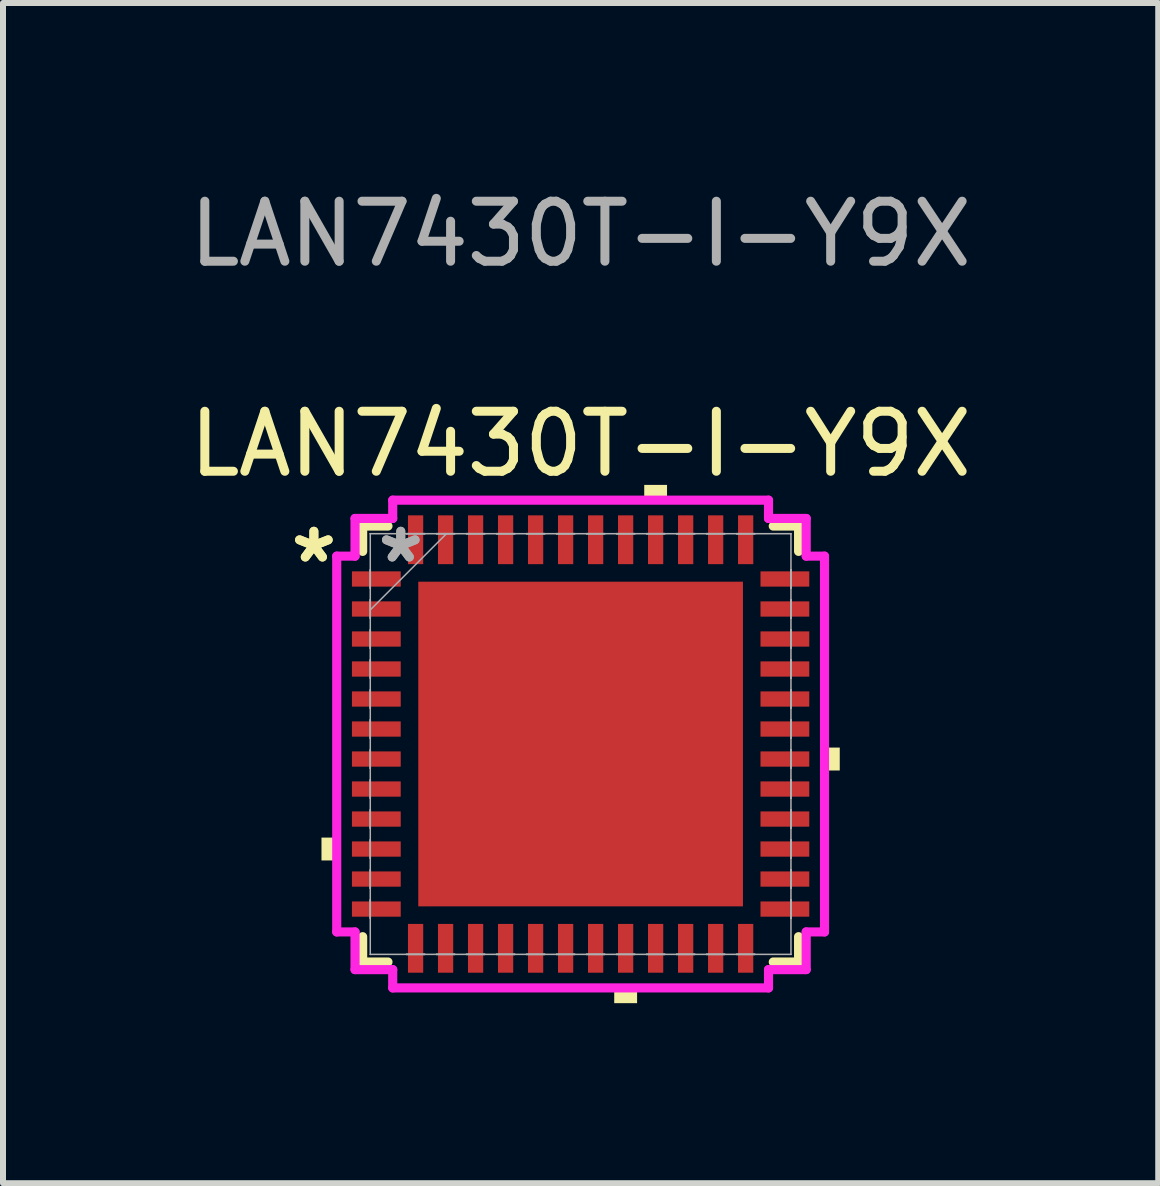
<source format=kicad_pcb>
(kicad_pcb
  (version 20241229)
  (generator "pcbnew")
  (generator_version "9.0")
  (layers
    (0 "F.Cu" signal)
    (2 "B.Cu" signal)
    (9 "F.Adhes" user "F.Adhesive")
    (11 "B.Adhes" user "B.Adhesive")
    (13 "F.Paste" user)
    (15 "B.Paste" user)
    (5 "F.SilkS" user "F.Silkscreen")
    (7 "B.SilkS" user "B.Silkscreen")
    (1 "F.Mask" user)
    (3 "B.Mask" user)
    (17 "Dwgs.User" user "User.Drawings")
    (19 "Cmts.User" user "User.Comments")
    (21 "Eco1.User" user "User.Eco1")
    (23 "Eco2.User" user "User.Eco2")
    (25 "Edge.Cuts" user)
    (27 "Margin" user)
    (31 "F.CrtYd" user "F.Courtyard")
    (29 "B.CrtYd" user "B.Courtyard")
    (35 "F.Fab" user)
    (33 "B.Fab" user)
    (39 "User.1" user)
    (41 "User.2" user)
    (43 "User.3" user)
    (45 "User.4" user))
  (footprint "LAN7430T-I-Y9X"
    (layer "F.Cu")
    (at 6.625 9.348)
    (property "Reference" "LAN7430T-I-Y9X" (at 0 -5 0) (unlocked yes) (layer "F.SilkS") (effects (font (size 1 1) (thickness 0.15))))
    (attr smd)
    (fp_line (start -3.632 -3.632) (end -3.632 -3.21) (stroke (width 0.152) (type solid)) (layer "F.SilkS"))
    (fp_line (start -3.632 3.21) (end -3.632 3.632) (stroke (width 0.152) (type solid)) (layer "F.SilkS"))
    (fp_line (start -3.632 3.632) (end -3.21 3.632) (stroke (width 0.152) (type solid)) (layer "F.SilkS"))
    (fp_line (start -3.21 -3.632) (end -3.632 -3.632) (stroke (width 0.152) (type solid)) (layer "F.SilkS"))
    (fp_line (start 3.21 3.632) (end 3.632 3.632) (stroke (width 0.152) (type solid)) (layer "F.SilkS"))
    (fp_line (start 3.632 -3.632) (end 3.21 -3.632) (stroke (width 0.152) (type solid)) (layer "F.SilkS"))
    (fp_line (start 3.632 -3.21) (end 3.632 -3.632) (stroke (width 0.152) (type solid)) (layer "F.SilkS"))
    (fp_line (start 3.632 3.632) (end 3.632 3.21) (stroke (width 0.152) (type solid)) (layer "F.SilkS"))
    (fp_poly (pts (xy -4.318 1.559) (xy -4.318 1.94) (xy -4.064 1.94) (xy -4.064 1.559)) (stroke (width 0) (type solid)) (fill yes) (layer "F.SilkS"))
    (fp_poly (pts (xy 0.56 4.064) (xy 0.56 4.318) (xy 0.941 4.318) (xy 0.941 4.064)) (stroke (width 0) (type solid)) (fill yes) (layer "F.SilkS"))
    (fp_poly (pts (xy 1.06 -4.064) (xy 1.06 -4.318) (xy 1.44 -4.318) (xy 1.44 -4.064)) (stroke (width 0) (type solid)) (fill yes) (layer "F.SilkS"))
    (fp_poly (pts (xy 4.318 0.059) (xy 4.318 0.441) (xy 4.064 0.441) (xy 4.064 0.059)) (stroke (width 0) (type solid)) (fill yes) (layer "F.SilkS"))
    (fp_poly (pts (xy -2.605 -2.605) (xy -2.605 -1.453) (xy -1.453 -1.453) (xy -1.453 -2.605)) (stroke (width 0) (type solid)) (fill yes) (layer "F.Paste"))
    (fp_poly (pts (xy -2.605 -1.253) (xy -2.605 -0.1) (xy -1.453 -0.1) (xy -1.453 -1.253)) (stroke (width 0) (type solid)) (fill yes) (layer "F.Paste"))
    (fp_poly (pts (xy -2.605 0.1) (xy -2.605 1.253) (xy -1.453 1.253) (xy -1.453 0.1)) (stroke (width 0) (type solid)) (fill yes) (layer "F.Paste"))
    (fp_poly (pts (xy -2.605 1.453) (xy -2.605 2.605) (xy -1.453 2.605) (xy -1.453 1.453)) (stroke (width 0) (type solid)) (fill yes) (layer "F.Paste"))
    (fp_poly (pts (xy -1.253 -2.605) (xy -1.253 -1.453) (xy -0.1 -1.453) (xy -0.1 -2.605)) (stroke (width 0) (type solid)) (fill yes) (layer "F.Paste"))
    (fp_poly (pts (xy -1.253 -1.253) (xy -1.253 -0.1) (xy -0.1 -0.1) (xy -0.1 -1.253)) (stroke (width 0) (type solid)) (fill yes) (layer "F.Paste"))
    (fp_poly (pts (xy -1.253 0.1) (xy -1.253 1.253) (xy -0.1 1.253) (xy -0.1 0.1)) (stroke (width 0) (type solid)) (fill yes) (layer "F.Paste"))
    (fp_poly (pts (xy -1.253 1.453) (xy -1.253 2.605) (xy -0.1 2.605) (xy -0.1 1.453)) (stroke (width 0) (type solid)) (fill yes) (layer "F.Paste"))
    (fp_poly (pts (xy 0.1 -2.605) (xy 0.1 -1.453) (xy 1.253 -1.453) (xy 1.253 -2.605)) (stroke (width 0) (type solid)) (fill yes) (layer "F.Paste"))
    (fp_poly (pts (xy 0.1 -1.253) (xy 0.1 -0.1) (xy 1.253 -0.1) (xy 1.253 -1.253)) (stroke (width 0) (type solid)) (fill yes) (layer "F.Paste"))
    (fp_poly (pts (xy 0.1 0.1) (xy 0.1 1.253) (xy 1.253 1.253) (xy 1.253 0.1)) (stroke (width 0) (type solid)) (fill yes) (layer "F.Paste"))
    (fp_poly (pts (xy 0.1 1.453) (xy 0.1 2.605) (xy 1.253 2.605) (xy 1.253 1.453)) (stroke (width 0) (type solid)) (fill yes) (layer "F.Paste"))
    (fp_poly (pts (xy 1.453 -2.605) (xy 1.453 -1.453) (xy 2.605 -1.453) (xy 2.605 -2.605)) (stroke (width 0) (type solid)) (fill yes) (layer "F.Paste"))
    (fp_poly (pts (xy 1.453 -1.253) (xy 1.453 -0.1) (xy 2.605 -0.1) (xy 2.605 -1.253)) (stroke (width 0) (type solid)) (fill yes) (layer "F.Paste"))
    (fp_poly (pts (xy 1.453 0.1) (xy 1.453 1.253) (xy 2.605 1.253) (xy 2.605 0.1)) (stroke (width 0) (type solid)) (fill yes) (layer "F.Paste"))
    (fp_poly (pts (xy 1.453 1.453) (xy 1.453 2.605) (xy 2.605 2.605) (xy 2.605 1.453)) (stroke (width 0) (type solid)) (fill yes) (layer "F.Paste"))
    (fp_line (start -4.064 -3.131) (end -3.759 -3.131) (stroke (width 0.152) (type solid)) (layer "F.CrtYd"))
    (fp_line (start -4.064 3.131) (end -4.064 -3.131) (stroke (width 0.152) (type solid)) (layer "F.CrtYd"))
    (fp_line (start -3.759 -3.759) (end -3.131 -3.759) (stroke (width 0.152) (type solid)) (layer "F.CrtYd"))
    (fp_line (start -3.759 -3.131) (end -3.759 -3.759) (stroke (width 0.152) (type solid)) (layer "F.CrtYd"))
    (fp_line (start -3.759 3.131) (end -4.064 3.131) (stroke (width 0.152) (type solid)) (layer "F.CrtYd"))
    (fp_line (start -3.759 3.759) (end -3.759 3.131) (stroke (width 0.152) (type solid)) (layer "F.CrtYd"))
    (fp_line (start -3.131 -4.064) (end 3.131 -4.064) (stroke (width 0.152) (type solid)) (layer "F.CrtYd"))
    (fp_line (start -3.131 -3.759) (end -3.131 -4.064) (stroke (width 0.152) (type solid)) (layer "F.CrtYd"))
    (fp_line (start -3.131 3.759) (end -3.759 3.759) (stroke (width 0.152) (type solid)) (layer "F.CrtYd"))
    (fp_line (start -3.131 4.064) (end -3.131 3.759) (stroke (width 0.152) (type solid)) (layer "F.CrtYd"))
    (fp_line (start 3.131 -4.064) (end 3.131 -3.759) (stroke (width 0.152) (type solid)) (layer "F.CrtYd"))
    (fp_line (start 3.131 -3.759) (end 3.759 -3.759) (stroke (width 0.152) (type solid)) (layer "F.CrtYd"))
    (fp_line (start 3.131 3.759) (end 3.131 4.064) (stroke (width 0.152) (type solid)) (layer "F.CrtYd"))
    (fp_line (start 3.131 4.064) (end -3.131 4.064) (stroke (width 0.152) (type solid)) (layer "F.CrtYd"))
    (fp_line (start 3.759 -3.759) (end 3.759 -3.131) (stroke (width 0.152) (type solid)) (layer "F.CrtYd"))
    (fp_line (start 3.759 -3.131) (end 4.064 -3.131) (stroke (width 0.152) (type solid)) (layer "F.CrtYd"))
    (fp_line (start 3.759 3.131) (end 3.759 3.759) (stroke (width 0.152) (type solid)) (layer "F.CrtYd"))
    (fp_line (start 3.759 3.759) (end 3.131 3.759) (stroke (width 0.152) (type solid)) (layer "F.CrtYd"))
    (fp_line (start 4.064 -3.131) (end 4.064 3.131) (stroke (width 0.152) (type solid)) (layer "F.CrtYd"))
    (fp_line (start 4.064 3.131) (end 3.759 3.131) (stroke (width 0.152) (type solid)) (layer "F.CrtYd"))
    (fp_line (start -3.505 -3.505) (end -3.505 -3.505) (stroke (width 0.025) (type solid)) (layer "F.Fab"))
    (fp_line (start -3.505 -3.505) (end -3.505 3.505) (stroke (width 0.025) (type solid)) (layer "F.Fab"))
    (fp_line (start -3.505 -2.902) (end -3.505 -2.902) (stroke (width 0.025) (type solid)) (layer "F.Fab"))
    (fp_line (start -3.505 -2.902) (end -3.505 -2.598) (stroke (width 0.025) (type solid)) (layer "F.Fab"))
    (fp_line (start -3.505 -2.598) (end -3.505 -2.902) (stroke (width 0.025) (type solid)) (layer "F.Fab"))
    (fp_line (start -3.505 -2.598) (end -3.505 -2.598) (stroke (width 0.025) (type solid)) (layer "F.Fab"))
    (fp_line (start -3.505 -2.402) (end -3.505 -2.402) (stroke (width 0.025) (type solid)) (layer "F.Fab"))
    (fp_line (start -3.505 -2.402) (end -3.505 -2.098) (stroke (width 0.025) (type solid)) (layer "F.Fab"))
    (fp_line (start -3.505 -2.235) (end -2.235 -3.505) (stroke (width 0.025) (type solid)) (layer "F.Fab"))
    (fp_line (start -3.505 -2.098) (end -3.505 -2.402) (stroke (width 0.025) (type solid)) (layer "F.Fab"))
    (fp_line (start -3.505 -2.098) (end -3.505 -2.098) (stroke (width 0.025) (type solid)) (layer "F.Fab"))
    (fp_line (start -3.505 -1.902) (end -3.505 -1.902) (stroke (width 0.025) (type solid)) (layer "F.Fab"))
    (fp_line (start -3.505 -1.902) (end -3.505 -1.598) (stroke (width 0.025) (type solid)) (layer "F.Fab"))
    (fp_line (start -3.505 -1.598) (end -3.505 -1.902) (stroke (width 0.025) (type solid)) (layer "F.Fab"))
    (fp_line (start -3.505 -1.598) (end -3.505 -1.598) (stroke (width 0.025) (type solid)) (layer "F.Fab"))
    (fp_line (start -3.505 -1.402) (end -3.505 -1.402) (stroke (width 0.025) (type solid)) (layer "F.Fab"))
    (fp_line (start -3.505 -1.402) (end -3.505 -1.098) (stroke (width 0.025) (type solid)) (layer "F.Fab"))
    (fp_line (start -3.505 -1.098) (end -3.505 -1.402) (stroke (width 0.025) (type solid)) (layer "F.Fab"))
    (fp_line (start -3.505 -1.098) (end -3.505 -1.098) (stroke (width 0.025) (type solid)) (layer "F.Fab"))
    (fp_line (start -3.505 -0.902) (end -3.505 -0.902) (stroke (width 0.025) (type solid)) (layer "F.Fab"))
    (fp_line (start -3.505 -0.902) (end -3.505 -0.598) (stroke (width 0.025) (type solid)) (layer "F.Fab"))
    (fp_line (start -3.505 -0.598) (end -3.505 -0.902) (stroke (width 0.025) (type solid)) (layer "F.Fab"))
    (fp_line (start -3.505 -0.598) (end -3.505 -0.598) (stroke (width 0.025) (type solid)) (layer "F.Fab"))
    (fp_line (start -3.505 -0.402) (end -3.505 -0.402) (stroke (width 0.025) (type solid)) (layer "F.Fab"))
    (fp_line (start -3.505 -0.402) (end -3.505 -0.098) (stroke (width 0.025) (type solid)) (layer "F.Fab"))
    (fp_line (start -3.505 -0.098) (end -3.505 -0.402) (stroke (width 0.025) (type solid)) (layer "F.Fab"))
    (fp_line (start -3.505 -0.098) (end -3.505 -0.098) (stroke (width 0.025) (type solid)) (layer "F.Fab"))
    (fp_line (start -3.505 0.098) (end -3.505 0.098) (stroke (width 0.025) (type solid)) (layer "F.Fab"))
    (fp_line (start -3.505 0.098) (end -3.505 0.402) (stroke (width 0.025) (type solid)) (layer "F.Fab"))
    (fp_line (start -3.505 0.402) (end -3.505 0.098) (stroke (width 0.025) (type solid)) (layer "F.Fab"))
    (fp_line (start -3.505 0.402) (end -3.505 0.402) (stroke (width 0.025) (type solid)) (layer "F.Fab"))
    (fp_line (start -3.505 0.598) (end -3.505 0.598) (stroke (width 0.025) (type solid)) (layer "F.Fab"))
    (fp_line (start -3.505 0.598) (end -3.505 0.902) (stroke (width 0.025) (type solid)) (layer "F.Fab"))
    (fp_line (start -3.505 0.902) (end -3.505 0.598) (stroke (width 0.025) (type solid)) (layer "F.Fab"))
    (fp_line (start -3.505 0.902) (end -3.505 0.902) (stroke (width 0.025) (type solid)) (layer "F.Fab"))
    (fp_line (start -3.505 1.098) (end -3.505 1.098) (stroke (width 0.025) (type solid)) (layer "F.Fab"))
    (fp_line (start -3.505 1.098) (end -3.505 1.402) (stroke (width 0.025) (type solid)) (layer "F.Fab"))
    (fp_line (start -3.505 1.402) (end -3.505 1.098) (stroke (width 0.025) (type solid)) (layer "F.Fab"))
    (fp_line (start -3.505 1.402) (end -3.505 1.402) (stroke (width 0.025) (type solid)) (layer "F.Fab"))
    (fp_line (start -3.505 1.598) (end -3.505 1.598) (stroke (width 0.025) (type solid)) (layer "F.Fab"))
    (fp_line (start -3.505 1.598) (end -3.505 1.902) (stroke (width 0.025) (type solid)) (layer "F.Fab"))
    (fp_line (start -3.505 1.902) (end -3.505 1.598) (stroke (width 0.025) (type solid)) (layer "F.Fab"))
    (fp_line (start -3.505 1.902) (end -3.505 1.902) (stroke (width 0.025) (type solid)) (layer "F.Fab"))
    (fp_line (start -3.505 2.098) (end -3.505 2.098) (stroke (width 0.025) (type solid)) (layer "F.Fab"))
    (fp_line (start -3.505 2.098) (end -3.505 2.402) (stroke (width 0.025) (type solid)) (layer "F.Fab"))
    (fp_line (start -3.505 2.402) (end -3.505 2.098) (stroke (width 0.025) (type solid)) (layer "F.Fab"))
    (fp_line (start -3.505 2.402) (end -3.505 2.402) (stroke (width 0.025) (type solid)) (layer "F.Fab"))
    (fp_line (start -3.505 2.598) (end -3.505 2.598) (stroke (width 0.025) (type solid)) (layer "F.Fab"))
    (fp_line (start -3.505 2.598) (end -3.505 2.902) (stroke (width 0.025) (type solid)) (layer "F.Fab"))
    (fp_line (start -3.505 2.902) (end -3.505 2.598) (stroke (width 0.025) (type solid)) (layer "F.Fab"))
    (fp_line (start -3.505 2.902) (end -3.505 2.902) (stroke (width 0.025) (type solid)) (layer "F.Fab"))
    (fp_line (start -3.505 3.505) (end -3.505 3.505) (stroke (width 0.025) (type solid)) (layer "F.Fab"))
    (fp_line (start -3.505 3.505) (end 3.505 3.505) (stroke (width 0.025) (type solid)) (layer "F.Fab"))
    (fp_line (start -2.902 -3.505) (end -2.902 -3.505) (stroke (width 0.025) (type solid)) (layer "F.Fab"))
    (fp_line (start -2.902 -3.505) (end -2.598 -3.505) (stroke (width 0.025) (type solid)) (layer "F.Fab"))
    (fp_line (start -2.902 3.505) (end -2.902 3.505) (stroke (width 0.025) (type solid)) (layer "F.Fab"))
    (fp_line (start -2.902 3.505) (end -2.598 3.505) (stroke (width 0.025) (type solid)) (layer "F.Fab"))
    (fp_line (start -2.598 -3.505) (end -2.902 -3.505) (stroke (width 0.025) (type solid)) (layer "F.Fab"))
    (fp_line (start -2.598 -3.505) (end -2.598 -3.505) (stroke (width 0.025) (type solid)) (layer "F.Fab"))
    (fp_line (start -2.598 3.505) (end -2.902 3.505) (stroke (width 0.025) (type solid)) (layer "F.Fab"))
    (fp_line (start -2.598 3.505) (end -2.598 3.505) (stroke (width 0.025) (type solid)) (layer "F.Fab"))
    (fp_line (start -2.402 -3.505) (end -2.402 -3.505) (stroke (width 0.025) (type solid)) (layer "F.Fab"))
    (fp_line (start -2.402 -3.505) (end -2.098 -3.505) (stroke (width 0.025) (type solid)) (layer "F.Fab"))
    (fp_line (start -2.402 3.505) (end -2.402 3.505) (stroke (width 0.025) (type solid)) (layer "F.Fab"))
    (fp_line (start -2.402 3.505) (end -2.098 3.505) (stroke (width 0.025) (type solid)) (layer "F.Fab"))
    (fp_line (start -2.098 -3.505) (end -2.402 -3.505) (stroke (width 0.025) (type solid)) (layer "F.Fab"))
    (fp_line (start -2.098 -3.505) (end -2.098 -3.505) (stroke (width 0.025) (type solid)) (layer "F.Fab"))
    (fp_line (start -2.098 3.505) (end -2.402 3.505) (stroke (width 0.025) (type solid)) (layer "F.Fab"))
    (fp_line (start -2.098 3.505) (end -2.098 3.505) (stroke (width 0.025) (type solid)) (layer "F.Fab"))
    (fp_line (start -1.902 -3.505) (end -1.902 -3.505) (stroke (width 0.025) (type solid)) (layer "F.Fab"))
    (fp_line (start -1.902 -3.505) (end -1.598 -3.505) (stroke (width 0.025) (type solid)) (layer "F.Fab"))
    (fp_line (start -1.902 3.505) (end -1.902 3.505) (stroke (width 0.025) (type solid)) (layer "F.Fab"))
    (fp_line (start -1.902 3.505) (end -1.598 3.505) (stroke (width 0.025) (type solid)) (layer "F.Fab"))
    (fp_line (start -1.598 -3.505) (end -1.902 -3.505) (stroke (width 0.025) (type solid)) (layer "F.Fab"))
    (fp_line (start -1.598 -3.505) (end -1.598 -3.505) (stroke (width 0.025) (type solid)) (layer "F.Fab"))
    (fp_line (start -1.598 3.505) (end -1.902 3.505) (stroke (width 0.025) (type solid)) (layer "F.Fab"))
    (fp_line (start -1.598 3.505) (end -1.598 3.505) (stroke (width 0.025) (type solid)) (layer "F.Fab"))
    (fp_line (start -1.402 -3.505) (end -1.402 -3.505) (stroke (width 0.025) (type solid)) (layer "F.Fab"))
    (fp_line (start -1.402 -3.505) (end -1.098 -3.505) (stroke (width 0.025) (type solid)) (layer "F.Fab"))
    (fp_line (start -1.402 3.505) (end -1.402 3.505) (stroke (width 0.025) (type solid)) (layer "F.Fab"))
    (fp_line (start -1.402 3.505) (end -1.098 3.505) (stroke (width 0.025) (type solid)) (layer "F.Fab"))
    (fp_line (start -1.098 -3.505) (end -1.402 -3.505) (stroke (width 0.025) (type solid)) (layer "F.Fab"))
    (fp_line (start -1.098 -3.505) (end -1.098 -3.505) (stroke (width 0.025) (type solid)) (layer "F.Fab"))
    (fp_line (start -1.098 3.505) (end -1.402 3.505) (stroke (width 0.025) (type solid)) (layer "F.Fab"))
    (fp_line (start -1.098 3.505) (end -1.098 3.505) (stroke (width 0.025) (type solid)) (layer "F.Fab"))
    (fp_line (start -0.902 -3.505) (end -0.902 -3.505) (stroke (width 0.025) (type solid)) (layer "F.Fab"))
    (fp_line (start -0.902 -3.505) (end -0.598 -3.505) (stroke (width 0.025) (type solid)) (layer "F.Fab"))
    (fp_line (start -0.902 3.505) (end -0.902 3.505) (stroke (width 0.025) (type solid)) (layer "F.Fab"))
    (fp_line (start -0.902 3.505) (end -0.598 3.505) (stroke (width 0.025) (type solid)) (layer "F.Fab"))
    (fp_line (start -0.598 -3.505) (end -0.902 -3.505) (stroke (width 0.025) (type solid)) (layer "F.Fab"))
    (fp_line (start -0.598 -3.505) (end -0.598 -3.505) (stroke (width 0.025) (type solid)) (layer "F.Fab"))
    (fp_line (start -0.598 3.505) (end -0.902 3.505) (stroke (width 0.025) (type solid)) (layer "F.Fab"))
    (fp_line (start -0.598 3.505) (end -0.598 3.505) (stroke (width 0.025) (type solid)) (layer "F.Fab"))
    (fp_line (start -0.402 -3.505) (end -0.402 -3.505) (stroke (width 0.025) (type solid)) (layer "F.Fab"))
    (fp_line (start -0.402 -3.505) (end -0.098 -3.505) (stroke (width 0.025) (type solid)) (layer "F.Fab"))
    (fp_line (start -0.402 3.505) (end -0.402 3.505) (stroke (width 0.025) (type solid)) (layer "F.Fab"))
    (fp_line (start -0.402 3.505) (end -0.098 3.505) (stroke (width 0.025) (type solid)) (layer "F.Fab"))
    (fp_line (start -0.098 -3.505) (end -0.402 -3.505) (stroke (width 0.025) (type solid)) (layer "F.Fab"))
    (fp_line (start -0.098 -3.505) (end -0.098 -3.505) (stroke (width 0.025) (type solid)) (layer "F.Fab"))
    (fp_line (start -0.098 3.505) (end -0.402 3.505) (stroke (width 0.025) (type solid)) (layer "F.Fab"))
    (fp_line (start -0.098 3.505) (end -0.098 3.505) (stroke (width 0.025) (type solid)) (layer "F.Fab"))
    (fp_line (start 0.098 -3.505) (end 0.098 -3.505) (stroke (width 0.025) (type solid)) (layer "F.Fab"))
    (fp_line (start 0.098 -3.505) (end 0.402 -3.505) (stroke (width 0.025) (type solid)) (layer "F.Fab"))
    (fp_line (start 0.098 3.505) (end 0.098 3.505) (stroke (width 0.025) (type solid)) (layer "F.Fab"))
    (fp_line (start 0.098 3.505) (end 0.402 3.505) (stroke (width 0.025) (type solid)) (layer "F.Fab"))
    (fp_line (start 0.402 -3.505) (end 0.098 -3.505) (stroke (width 0.025) (type solid)) (layer "F.Fab"))
    (fp_line (start 0.402 -3.505) (end 0.402 -3.505) (stroke (width 0.025) (type solid)) (layer "F.Fab"))
    (fp_line (start 0.402 3.505) (end 0.098 3.505) (stroke (width 0.025) (type solid)) (layer "F.Fab"))
    (fp_line (start 0.402 3.505) (end 0.402 3.505) (stroke (width 0.025) (type solid)) (layer "F.Fab"))
    (fp_line (start 0.598 -3.505) (end 0.598 -3.505) (stroke (width 0.025) (type solid)) (layer "F.Fab"))
    (fp_line (start 0.598 -3.505) (end 0.902 -3.505) (stroke (width 0.025) (type solid)) (layer "F.Fab"))
    (fp_line (start 0.598 3.505) (end 0.598 3.505) (stroke (width 0.025) (type solid)) (layer "F.Fab"))
    (fp_line (start 0.598 3.505) (end 0.902 3.505) (stroke (width 0.025) (type solid)) (layer "F.Fab"))
    (fp_line (start 0.902 -3.505) (end 0.598 -3.505) (stroke (width 0.025) (type solid)) (layer "F.Fab"))
    (fp_line (start 0.902 -3.505) (end 0.902 -3.505) (stroke (width 0.025) (type solid)) (layer "F.Fab"))
    (fp_line (start 0.902 3.505) (end 0.598 3.505) (stroke (width 0.025) (type solid)) (layer "F.Fab"))
    (fp_line (start 0.902 3.505) (end 0.902 3.505) (stroke (width 0.025) (type solid)) (layer "F.Fab"))
    (fp_line (start 1.098 -3.505) (end 1.098 -3.505) (stroke (width 0.025) (type solid)) (layer "F.Fab"))
    (fp_line (start 1.098 -3.505) (end 1.402 -3.505) (stroke (width 0.025) (type solid)) (layer "F.Fab"))
    (fp_line (start 1.098 3.505) (end 1.098 3.505) (stroke (width 0.025) (type solid)) (layer "F.Fab"))
    (fp_line (start 1.098 3.505) (end 1.402 3.505) (stroke (width 0.025) (type solid)) (layer "F.Fab"))
    (fp_line (start 1.402 -3.505) (end 1.098 -3.505) (stroke (width 0.025) (type solid)) (layer "F.Fab"))
    (fp_line (start 1.402 -3.505) (end 1.402 -3.505) (stroke (width 0.025) (type solid)) (layer "F.Fab"))
    (fp_line (start 1.402 3.505) (end 1.098 3.505) (stroke (width 0.025) (type solid)) (layer "F.Fab"))
    (fp_line (start 1.402 3.505) (end 1.402 3.505) (stroke (width 0.025) (type solid)) (layer "F.Fab"))
    (fp_line (start 1.598 -3.505) (end 1.598 -3.505) (stroke (width 0.025) (type solid)) (layer "F.Fab"))
    (fp_line (start 1.598 -3.505) (end 1.902 -3.505) (stroke (width 0.025) (type solid)) (layer "F.Fab"))
    (fp_line (start 1.598 3.505) (end 1.598 3.505) (stroke (width 0.025) (type solid)) (layer "F.Fab"))
    (fp_line (start 1.598 3.505) (end 1.902 3.505) (stroke (width 0.025) (type solid)) (layer "F.Fab"))
    (fp_line (start 1.902 -3.505) (end 1.598 -3.505) (stroke (width 0.025) (type solid)) (layer "F.Fab"))
    (fp_line (start 1.902 -3.505) (end 1.902 -3.505) (stroke (width 0.025) (type solid)) (layer "F.Fab"))
    (fp_line (start 1.902 3.505) (end 1.598 3.505) (stroke (width 0.025) (type solid)) (layer "F.Fab"))
    (fp_line (start 1.902 3.505) (end 1.902 3.505) (stroke (width 0.025) (type solid)) (layer "F.Fab"))
    (fp_line (start 2.098 -3.505) (end 2.098 -3.505) (stroke (width 0.025) (type solid)) (layer "F.Fab"))
    (fp_line (start 2.098 -3.505) (end 2.402 -3.505) (stroke (width 0.025) (type solid)) (layer "F.Fab"))
    (fp_line (start 2.098 3.505) (end 2.098 3.505) (stroke (width 0.025) (type solid)) (layer "F.Fab"))
    (fp_line (start 2.098 3.505) (end 2.402 3.505) (stroke (width 0.025) (type solid)) (layer "F.Fab"))
    (fp_line (start 2.402 -3.505) (end 2.098 -3.505) (stroke (width 0.025) (type solid)) (layer "F.Fab"))
    (fp_line (start 2.402 -3.505) (end 2.402 -3.505) (stroke (width 0.025) (type solid)) (layer "F.Fab"))
    (fp_line (start 2.402 3.505) (end 2.098 3.505) (stroke (width 0.025) (type solid)) (layer "F.Fab"))
    (fp_line (start 2.402 3.505) (end 2.402 3.505) (stroke (width 0.025) (type solid)) (layer "F.Fab"))
    (fp_line (start 2.598 -3.505) (end 2.598 -3.505) (stroke (width 0.025) (type solid)) (layer "F.Fab"))
    (fp_line (start 2.598 -3.505) (end 2.902 -3.505) (stroke (width 0.025) (type solid)) (layer "F.Fab"))
    (fp_line (start 2.598 3.505) (end 2.598 3.505) (stroke (width 0.025) (type solid)) (layer "F.Fab"))
    (fp_line (start 2.598 3.505) (end 2.902 3.505) (stroke (width 0.025) (type solid)) (layer "F.Fab"))
    (fp_line (start 2.902 -3.505) (end 2.598 -3.505) (stroke (width 0.025) (type solid)) (layer "F.Fab"))
    (fp_line (start 2.902 -3.505) (end 2.902 -3.505) (stroke (width 0.025) (type solid)) (layer "F.Fab"))
    (fp_line (start 2.902 3.505) (end 2.598 3.505) (stroke (width 0.025) (type solid)) (layer "F.Fab"))
    (fp_line (start 2.902 3.505) (end 2.902 3.505) (stroke (width 0.025) (type solid)) (layer "F.Fab"))
    (fp_line (start 3.505 -3.505) (end -3.505 -3.505) (stroke (width 0.025) (type solid)) (layer "F.Fab"))
    (fp_line (start 3.505 -3.505) (end 3.505 -3.505) (stroke (width 0.025) (type solid)) (layer "F.Fab"))
    (fp_line (start 3.505 -2.902) (end 3.505 -2.902) (stroke (width 0.025) (type solid)) (layer "F.Fab"))
    (fp_line (start 3.505 -2.902) (end 3.505 -2.598) (stroke (width 0.025) (type solid)) (layer "F.Fab"))
    (fp_line (start 3.505 -2.598) (end 3.505 -2.902) (stroke (width 0.025) (type solid)) (layer "F.Fab"))
    (fp_line (start 3.505 -2.598) (end 3.505 -2.598) (stroke (width 0.025) (type solid)) (layer "F.Fab"))
    (fp_line (start 3.505 -2.402) (end 3.505 -2.402) (stroke (width 0.025) (type solid)) (layer "F.Fab"))
    (fp_line (start 3.505 -2.402) (end 3.505 -2.098) (stroke (width 0.025) (type solid)) (layer "F.Fab"))
    (fp_line (start 3.505 -2.098) (end 3.505 -2.402) (stroke (width 0.025) (type solid)) (layer "F.Fab"))
    (fp_line (start 3.505 -2.098) (end 3.505 -2.098) (stroke (width 0.025) (type solid)) (layer "F.Fab"))
    (fp_line (start 3.505 -1.902) (end 3.505 -1.902) (stroke (width 0.025) (type solid)) (layer "F.Fab"))
    (fp_line (start 3.505 -1.902) (end 3.505 -1.598) (stroke (width 0.025) (type solid)) (layer "F.Fab"))
    (fp_line (start 3.505 -1.598) (end 3.505 -1.902) (stroke (width 0.025) (type solid)) (layer "F.Fab"))
    (fp_line (start 3.505 -1.598) (end 3.505 -1.598) (stroke (width 0.025) (type solid)) (layer "F.Fab"))
    (fp_line (start 3.505 -1.402) (end 3.505 -1.402) (stroke (width 0.025) (type solid)) (layer "F.Fab"))
    (fp_line (start 3.505 -1.402) (end 3.505 -1.098) (stroke (width 0.025) (type solid)) (layer "F.Fab"))
    (fp_line (start 3.505 -1.098) (end 3.505 -1.402) (stroke (width 0.025) (type solid)) (layer "F.Fab"))
    (fp_line (start 3.505 -1.098) (end 3.505 -1.098) (stroke (width 0.025) (type solid)) (layer "F.Fab"))
    (fp_line (start 3.505 -0.902) (end 3.505 -0.902) (stroke (width 0.025) (type solid)) (layer "F.Fab"))
    (fp_line (start 3.505 -0.902) (end 3.505 -0.598) (stroke (width 0.025) (type solid)) (layer "F.Fab"))
    (fp_line (start 3.505 -0.598) (end 3.505 -0.902) (stroke (width 0.025) (type solid)) (layer "F.Fab"))
    (fp_line (start 3.505 -0.598) (end 3.505 -0.598) (stroke (width 0.025) (type solid)) (layer "F.Fab"))
    (fp_line (start 3.505 -0.402) (end 3.505 -0.402) (stroke (width 0.025) (type solid)) (layer "F.Fab"))
    (fp_line (start 3.505 -0.402) (end 3.505 -0.098) (stroke (width 0.025) (type solid)) (layer "F.Fab"))
    (fp_line (start 3.505 -0.098) (end 3.505 -0.402) (stroke (width 0.025) (type solid)) (layer "F.Fab"))
    (fp_line (start 3.505 -0.098) (end 3.505 -0.098) (stroke (width 0.025) (type solid)) (layer "F.Fab"))
    (fp_line (start 3.505 0.098) (end 3.505 0.098) (stroke (width 0.025) (type solid)) (layer "F.Fab"))
    (fp_line (start 3.505 0.098) (end 3.505 0.402) (stroke (width 0.025) (type solid)) (layer "F.Fab"))
    (fp_line (start 3.505 0.402) (end 3.505 0.098) (stroke (width 0.025) (type solid)) (layer "F.Fab"))
    (fp_line (start 3.505 0.402) (end 3.505 0.402) (stroke (width 0.025) (type solid)) (layer "F.Fab"))
    (fp_line (start 3.505 0.598) (end 3.505 0.598) (stroke (width 0.025) (type solid)) (layer "F.Fab"))
    (fp_line (start 3.505 0.598) (end 3.505 0.902) (stroke (width 0.025) (type solid)) (layer "F.Fab"))
    (fp_line (start 3.505 0.902) (end 3.505 0.598) (stroke (width 0.025) (type solid)) (layer "F.Fab"))
    (fp_line (start 3.505 0.902) (end 3.505 0.902) (stroke (width 0.025) (type solid)) (layer "F.Fab"))
    (fp_line (start 3.505 1.098) (end 3.505 1.098) (stroke (width 0.025) (type solid)) (layer "F.Fab"))
    (fp_line (start 3.505 1.098) (end 3.505 1.402) (stroke (width 0.025) (type solid)) (layer "F.Fab"))
    (fp_line (start 3.505 1.402) (end 3.505 1.098) (stroke (width 0.025) (type solid)) (layer "F.Fab"))
    (fp_line (start 3.505 1.402) (end 3.505 1.402) (stroke (width 0.025) (type solid)) (layer "F.Fab"))
    (fp_line (start 3.505 1.598) (end 3.505 1.598) (stroke (width 0.025) (type solid)) (layer "F.Fab"))
    (fp_line (start 3.505 1.598) (end 3.505 1.902) (stroke (width 0.025) (type solid)) (layer "F.Fab"))
    (fp_line (start 3.505 1.902) (end 3.505 1.598) (stroke (width 0.025) (type solid)) (layer "F.Fab"))
    (fp_line (start 3.505 1.902) (end 3.505 1.902) (stroke (width 0.025) (type solid)) (layer "F.Fab"))
    (fp_line (start 3.505 2.098) (end 3.505 2.098) (stroke (width 0.025) (type solid)) (layer "F.Fab"))
    (fp_line (start 3.505 2.098) (end 3.505 2.402) (stroke (width 0.025) (type solid)) (layer "F.Fab"))
    (fp_line (start 3.505 2.402) (end 3.505 2.098) (stroke (width 0.025) (type solid)) (layer "F.Fab"))
    (fp_line (start 3.505 2.402) (end 3.505 2.402) (stroke (width 0.025) (type solid)) (layer "F.Fab"))
    (fp_line (start 3.505 2.598) (end 3.505 2.598) (stroke (width 0.025) (type solid)) (layer "F.Fab"))
    (fp_line (start 3.505 2.598) (end 3.505 2.902) (stroke (width 0.025) (type solid)) (layer "F.Fab"))
    (fp_line (start 3.505 2.902) (end 3.505 2.598) (stroke (width 0.025) (type solid)) (layer "F.Fab"))
    (fp_line (start 3.505 2.902) (end 3.505 2.902) (stroke (width 0.025) (type solid)) (layer "F.Fab"))
    (fp_line (start 3.505 3.505) (end 3.505 -3.505) (stroke (width 0.025) (type solid)) (layer "F.Fab"))
    (fp_line (start 3.505 3.505) (end 3.505 3.505) (stroke (width 0.025) (type solid)) (layer "F.Fab"))
    (fp_text user "*" (at -4.445 -3 0) (layer "F.SilkS") (effects (font (size 1 1) (thickness 0.15))))
    (fp_text user "*" (at -4.445 -3 0) (unlocked yes) (layer "F.SilkS") (effects (font (size 1 1) (thickness 0.15))))
    (fp_text user "*" (at -2.997 -3 0) (unlocked yes) (layer "F.Fab") (effects (font (size 1 1) (thickness 0.15))))
    (fp_text user "${REFERENCE}" (at 0 -8.5 0) (unlocked yes) (layer "F.Fab") (effects (font (size 1 1) (thickness 0.15))))
    (fp_text user "*" (at -2.997 -3 0) (layer "F.Fab") (effects (font (size 1 1) (thickness 0.15))))
    (pad "1" smd rect (at -3.404 -2.75 90) (size 0.254 0.813) (layers "F.Cu" "F.Mask" "F.Paste"))
    (pad "2" smd rect (at -3.404 -2.25 90) (size 0.254 0.813) (layers "F.Cu" "F.Mask" "F.Paste"))
    (pad "3" smd rect (at -3.404 -1.75 90) (size 0.254 0.813) (layers "F.Cu" "F.Mask" "F.Paste"))
    (pad "4" smd rect (at -3.404 -1.25 90) (size 0.254 0.813) (layers "F.Cu" "F.Mask" "F.Paste"))
    (pad "5" smd rect (at -3.404 -0.75 90) (size 0.254 0.813) (layers "F.Cu" "F.Mask" "F.Paste"))
    (pad "6" smd rect (at -3.404 -0.25 90) (size 0.254 0.813) (layers "F.Cu" "F.Mask" "F.Paste"))
    (pad "7" smd rect (at -3.404 0.25 90) (size 0.254 0.813) (layers "F.Cu" "F.Mask" "F.Paste"))
    (pad "8" smd rect (at -3.404 0.75 90) (size 0.254 0.813) (layers "F.Cu" "F.Mask" "F.Paste"))
    (pad "9" smd rect (at -3.404 1.25 90) (size 0.254 0.813) (layers "F.Cu" "F.Mask" "F.Paste"))
    (pad "10" smd rect (at -3.404 1.75 90) (size 0.254 0.813) (layers "F.Cu" "F.Mask" "F.Paste"))
    (pad "11" smd rect (at -3.404 2.25 90) (size 0.254 0.813) (layers "F.Cu" "F.Mask" "F.Paste"))
    (pad "12" smd rect (at -3.404 2.75 90) (size 0.254 0.813) (layers "F.Cu" "F.Mask" "F.Paste"))
    (pad "13" smd rect (at -2.75 3.404) (size 0.254 0.813) (layers "F.Cu" "F.Mask" "F.Paste"))
    (pad "14" smd rect (at -2.25 3.404) (size 0.254 0.813) (layers "F.Cu" "F.Mask" "F.Paste"))
    (pad "15" smd rect (at -1.75 3.404) (size 0.254 0.813) (layers "F.Cu" "F.Mask" "F.Paste"))
    (pad "16" smd rect (at -1.25 3.404) (size 0.254 0.813) (layers "F.Cu" "F.Mask" "F.Paste"))
    (pad "17" smd rect (at -0.75 3.404) (size 0.254 0.813) (layers "F.Cu" "F.Mask" "F.Paste"))
    (pad "18" smd rect (at -0.25 3.404) (size 0.254 0.813) (layers "F.Cu" "F.Mask" "F.Paste"))
    (pad "19" smd rect (at 0.25 3.404) (size 0.254 0.813) (layers "F.Cu" "F.Mask" "F.Paste"))
    (pad "20" smd rect (at 0.75 3.404) (size 0.254 0.813) (layers "F.Cu" "F.Mask" "F.Paste"))
    (pad "21" smd rect (at 1.25 3.404) (size 0.254 0.813) (layers "F.Cu" "F.Mask" "F.Paste"))
    (pad "22" smd rect (at 1.75 3.404) (size 0.254 0.813) (layers "F.Cu" "F.Mask" "F.Paste"))
    (pad "23" smd rect (at 2.25 3.404) (size 0.254 0.813) (layers "F.Cu" "F.Mask" "F.Paste"))
    (pad "24" smd rect (at 2.75 3.404) (size 0.254 0.813) (layers "F.Cu" "F.Mask" "F.Paste"))
    (pad "25" smd rect (at 3.404 2.75 90) (size 0.254 0.813) (layers "F.Cu" "F.Mask" "F.Paste"))
    (pad "26" smd rect (at 3.404 2.25 90) (size 0.254 0.813) (layers "F.Cu" "F.Mask" "F.Paste"))
    (pad "27" smd rect (at 3.404 1.75 90) (size 0.254 0.813) (layers "F.Cu" "F.Mask" "F.Paste"))
    (pad "28" smd rect (at 3.404 1.25 90) (size 0.254 0.813) (layers "F.Cu" "F.Mask" "F.Paste"))
    (pad "29" smd rect (at 3.404 0.75 90) (size 0.254 0.813) (layers "F.Cu" "F.Mask" "F.Paste"))
    (pad "30" smd rect (at 3.404 0.25 90) (size 0.254 0.813) (layers "F.Cu" "F.Mask" "F.Paste"))
    (pad "31" smd rect (at 3.404 -0.25 90) (size 0.254 0.813) (layers "F.Cu" "F.Mask" "F.Paste"))
    (pad "32" smd rect (at 3.404 -0.75 90) (size 0.254 0.813) (layers "F.Cu" "F.Mask" "F.Paste"))
    (pad "33" smd rect (at 3.404 -1.25 90) (size 0.254 0.813) (layers "F.Cu" "F.Mask" "F.Paste"))
    (pad "34" smd rect (at 3.404 -1.75 90) (size 0.254 0.813) (layers "F.Cu" "F.Mask" "F.Paste"))
    (pad "35" smd rect (at 3.404 -2.25 90) (size 0.254 0.813) (layers "F.Cu" "F.Mask" "F.Paste"))
    (pad "36" smd rect (at 3.404 -2.75 90) (size 0.254 0.813) (layers "F.Cu" "F.Mask" "F.Paste"))
    (pad "37" smd rect (at 2.75 -3.404) (size 0.254 0.813) (layers "F.Cu" "F.Mask" "F.Paste"))
    (pad "38" smd rect (at 2.25 -3.404) (size 0.254 0.813) (layers "F.Cu" "F.Mask" "F.Paste"))
    (pad "39" smd rect (at 1.75 -3.404) (size 0.254 0.813) (layers "F.Cu" "F.Mask" "F.Paste"))
    (pad "40" smd rect (at 1.25 -3.404) (size 0.254 0.813) (layers "F.Cu" "F.Mask" "F.Paste"))
    (pad "41" smd rect (at 0.75 -3.404) (size 0.254 0.813) (layers "F.Cu" "F.Mask" "F.Paste"))
    (pad "42" smd rect (at 0.25 -3.404) (size 0.254 0.813) (layers "F.Cu" "F.Mask" "F.Paste"))
    (pad "43" smd rect (at -0.25 -3.404) (size 0.254 0.813) (layers "F.Cu" "F.Mask" "F.Paste"))
    (pad "44" smd rect (at -0.75 -3.404) (size 0.254 0.813) (layers "F.Cu" "F.Mask" "F.Paste"))
    (pad "45" smd rect (at -1.25 -3.404) (size 0.254 0.813) (layers "F.Cu" "F.Mask" "F.Paste"))
    (pad "46" smd rect (at -1.75 -3.404) (size 0.254 0.813) (layers "F.Cu" "F.Mask" "F.Paste"))
    (pad "47" smd rect (at -2.25 -3.404) (size 0.254 0.813) (layers "F.Cu" "F.Mask" "F.Paste"))
    (pad "48" smd rect (at -2.75 -3.404) (size 0.254 0.813) (layers "F.Cu" "F.Mask" "F.Paste"))
    (pad "49" smd rect (at 0 0) (size 5.41 5.41) (layers "F.Cu" "F.Mask" "F.Paste")))
  (gr_rect
    (start -3 -3)
    (end 16.25 16.666)
    (stroke (width 0.1) (type default))
    (fill no)
    (layer "Edge.Cuts")))
</source>
